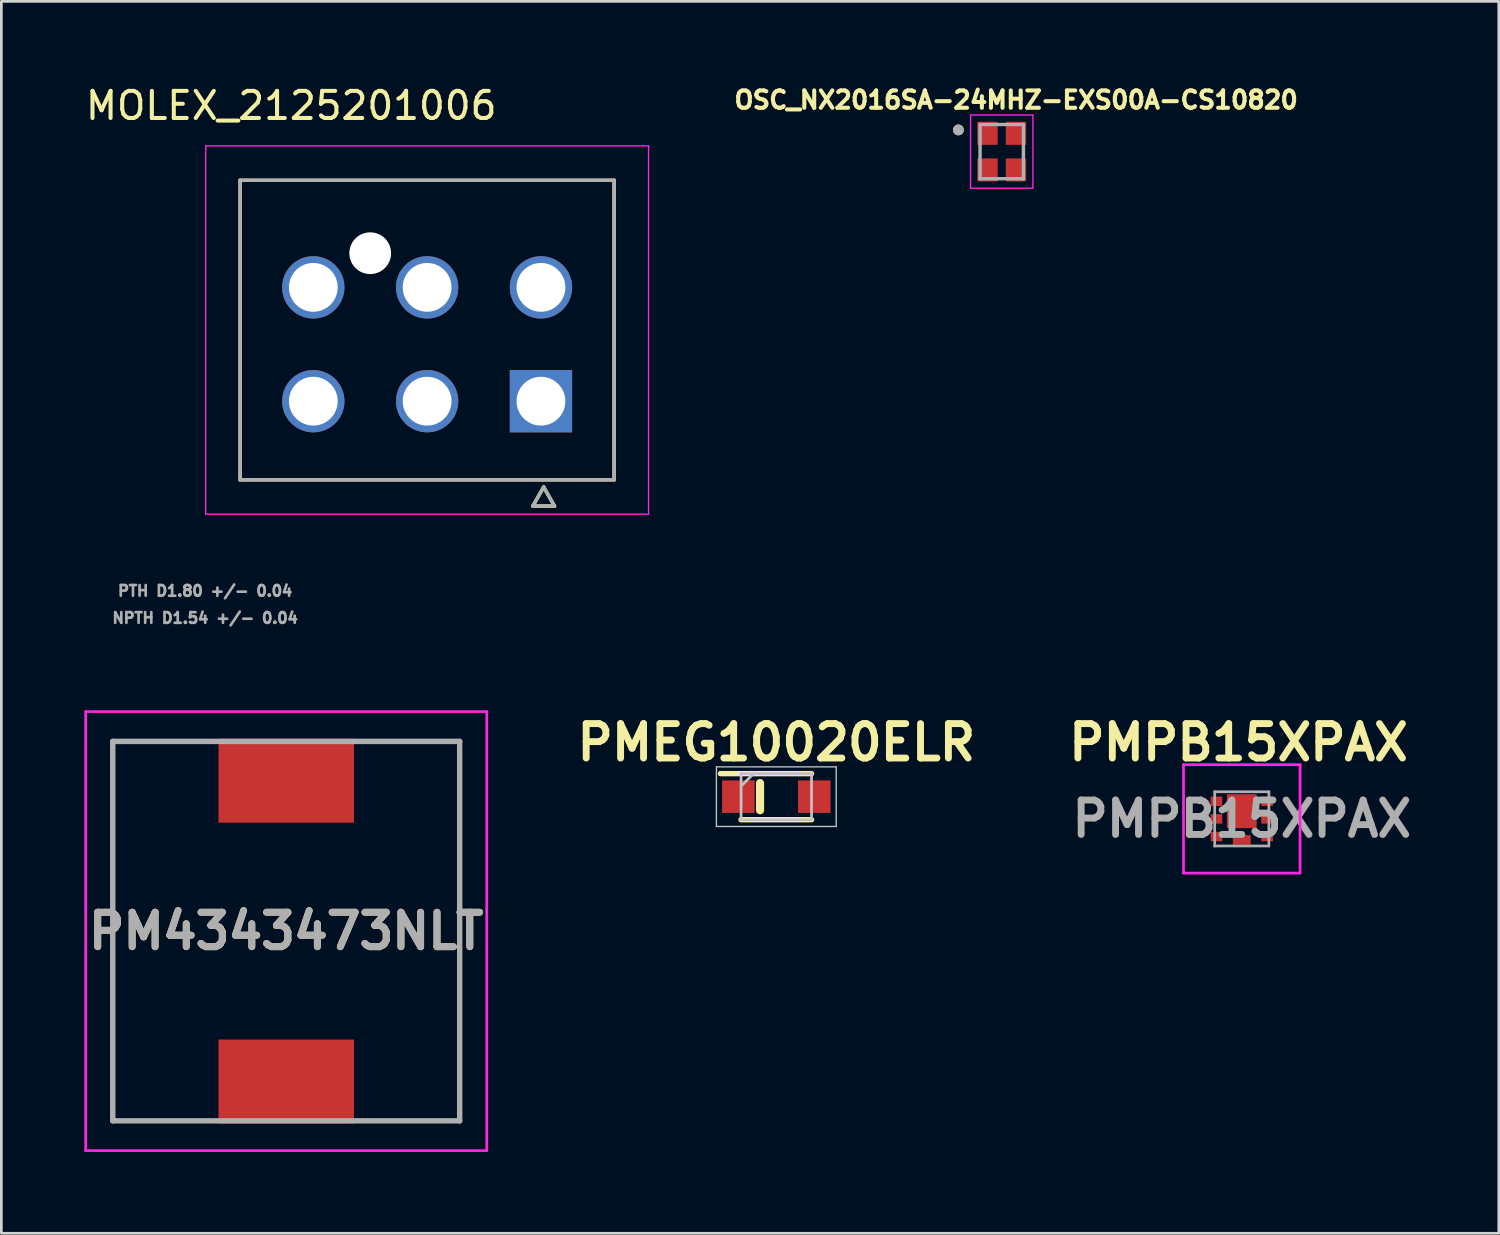
<source format=kicad_pcb>
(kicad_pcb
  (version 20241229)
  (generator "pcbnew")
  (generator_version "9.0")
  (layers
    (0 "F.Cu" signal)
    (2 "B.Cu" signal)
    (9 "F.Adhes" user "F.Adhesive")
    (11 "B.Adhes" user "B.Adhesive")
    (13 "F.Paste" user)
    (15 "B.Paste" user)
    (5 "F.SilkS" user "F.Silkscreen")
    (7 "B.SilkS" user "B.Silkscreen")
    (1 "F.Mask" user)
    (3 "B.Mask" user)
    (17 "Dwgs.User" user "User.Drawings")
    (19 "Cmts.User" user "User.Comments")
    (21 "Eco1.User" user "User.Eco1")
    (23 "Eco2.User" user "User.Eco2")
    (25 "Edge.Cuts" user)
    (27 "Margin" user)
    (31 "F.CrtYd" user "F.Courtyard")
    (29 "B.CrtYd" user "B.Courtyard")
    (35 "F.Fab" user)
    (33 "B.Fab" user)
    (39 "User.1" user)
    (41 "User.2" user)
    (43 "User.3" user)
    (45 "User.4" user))
  (footprint "OSC_NX2016SA-24MHZ-EXS00A-CS10820"
    (layer "F.Cu")
    (at 33.912 2.544)
    (property "Reference" "OSC_NX2016SA-24MHZ-EXS00A-CS10820" (at 0.532 -1.906 0) (layer "F.SilkS") (effects (font (size 0.64 0.64) (thickness 0.15))))
    (attr smd)
    (fp_circle (center -1.6 -0.8) (end -1.5 -0.8) (stroke (width 0.2) (type solid)) (fill no) (layer "F.SilkS"))
    (fp_line (start -1.15 -1.35) (end -1.15 1.35) (stroke (width 0.05) (type solid)) (layer "F.CrtYd"))
    (fp_line (start -1.15 1.35) (end 1.15 1.35) (stroke (width 0.05) (type solid)) (layer "F.CrtYd"))
    (fp_line (start 1.15 -1.35) (end -1.15 -1.35) (stroke (width 0.05) (type solid)) (layer "F.CrtYd"))
    (fp_line (start 1.15 1.35) (end 1.15 -1.35) (stroke (width 0.05) (type solid)) (layer "F.CrtYd"))
    (fp_line (start -0.8 -1) (end 0.8 -1) (stroke (width 0.127) (type solid)) (layer "F.Fab"))
    (fp_line (start -0.8 1) (end -0.8 -1) (stroke (width 0.127) (type solid)) (layer "F.Fab"))
    (fp_line (start 0.8 -1) (end 0.8 1) (stroke (width 0.127) (type solid)) (layer "F.Fab"))
    (fp_line (start 0.8 1) (end -0.8 1) (stroke (width 0.127) (type solid)) (layer "F.Fab"))
    (fp_circle (center -1.6 -0.8) (end -1.5 -0.8) (stroke (width 0.2) (type solid)) (fill no) (layer "F.Fab"))
    (pad "1" smd rect (at -0.525 -0.675) (size 0.75 0.85) (layers "F.Cu" "F.Mask" "F.Paste"))
    (pad "2" smd rect (at -0.525 0.675) (size 0.75 0.85) (layers "F.Cu" "F.Mask" "F.Paste"))
    (pad "3" smd rect (at 0.525 0.675) (size 0.75 0.85) (layers "F.Cu" "F.Mask" "F.Paste"))
    (pad "4" smd rect (at 0.525 -0.675) (size 0.75 0.85) (layers "F.Cu" "F.Mask" "F.Paste")))
  (footprint "PMPB15XPAX"
    (layer "F.Cu")
    (at 42.769 27.165)
    (property "Reference" "PMPB15XPAX" (at -0.12 -2.82 0) (layer "F.SilkS") (effects (font (size 1.27 1.27) (thickness 0.254))))
    (attr smd)
    (fp_line (start -1.6 -0.649) (end -1.6 -0.649) (stroke (width 0.1) (type solid)) (layer "F.SilkS"))
    (fp_line (start -1.5 -0.649) (end -1.5 -0.649) (stroke (width 0.1) (type solid)) (layer "F.SilkS"))
    (fp_arc (start -1.6 -0.649) (mid -1.55 -0.699) (end -1.5 -0.649) (stroke (width 0.1) (type solid)) (layer "F.SilkS"))
    (fp_arc (start -1.5 -0.649) (mid -1.55 -0.599) (end -1.6 -0.649) (stroke (width 0.1) (type solid)) (layer "F.SilkS"))
    (fp_line (start -2.15 -2) (end 2.15 -2) (stroke (width 0.1) (type solid)) (layer "F.CrtYd"))
    (fp_line (start -2.15 2) (end -2.15 -2) (stroke (width 0.1) (type solid)) (layer "F.CrtYd"))
    (fp_line (start 2.15 -2) (end 2.15 2) (stroke (width 0.1) (type solid)) (layer "F.CrtYd"))
    (fp_line (start 2.15 2) (end -2.15 2) (stroke (width 0.1) (type solid)) (layer "F.CrtYd"))
    (fp_line (start -1 -1) (end -1 1) (stroke (width 0.1) (type solid)) (layer "F.Fab"))
    (fp_line (start -1 1) (end 1 1) (stroke (width 0.1) (type solid)) (layer "F.Fab"))
    (fp_line (start 1 -1) (end -1 -1) (stroke (width 0.1) (type solid)) (layer "F.Fab"))
    (fp_line (start 1 1) (end 1 -1) (stroke (width 0.1) (type solid)) (layer "F.Fab"))
    (fp_text user "${REFERENCE}" (at 0 0 0) (layer "F.Fab") (effects (font (size 1.27 1.27) (thickness 0.254))))
    (pad "1" smd rect (at -0.935 -0.65 90) (size 0.35 0.43) (layers "F.Cu" "F.Mask" "F.Paste"))
    (pad "1" smd rect (at -0.935 0 90) (size 0.35 0.43) (layers "F.Cu" "F.Mask" "F.Paste"))
    (pad "1" smd rect (at 0 -0.285) (size 1.1 1.25) (layers "F.Cu" "F.Mask" "F.Paste"))
    (pad "1" smd rect (at 0.935 -0.65 90) (size 0.35 0.43) (layers "F.Cu" "F.Mask" "F.Paste"))
    (pad "1" smd rect (at 0.935 0 90) (size 0.35 0.43) (layers "F.Cu" "F.Mask" "F.Paste"))
    (pad "2" smd rect (at -0.935 0.65 90) (size 0.35 0.43) (layers "F.Cu" "F.Mask" "F.Paste"))
    (pad "3" smd rect (at 0 0.775 90) (size 0.35 0.66) (layers "F.Cu" "F.Mask" "F.Paste"))
    (pad "3" smd rect (at 0.935 0.65 90) (size 0.35 0.43) (layers "F.Cu" "F.Mask" "F.Paste")))
  (footprint "PM4343473NLT"
    (layer "F.Cu")
    (at 7.511 31.306)
    (property "Reference" "PM4343473NLT" (at 0 0 0) (layer "F.SilkS") (effects (font (size 1.27 1.27) (thickness 0.254))))
    (attr smd)
    (fp_line (start -6.4 -7) (end -6.4 7) (stroke (width 0.1) (type solid)) (layer "F.SilkS"))
    (fp_line (start -6.4 7) (end -3 7) (stroke (width 0.1) (type solid)) (layer "F.SilkS"))
    (fp_line (start -3 -7) (end -6.4 -7) (stroke (width 0.1) (type solid)) (layer "F.SilkS"))
    (fp_line (start 3 -7) (end 6.4 -7) (stroke (width 0.1) (type solid)) (layer "F.SilkS"))
    (fp_line (start 6.4 -7) (end 6.4 7) (stroke (width 0.1) (type solid)) (layer "F.SilkS"))
    (fp_line (start 6.4 7) (end 3 7) (stroke (width 0.1) (type solid)) (layer "F.SilkS"))
    (fp_line (start -7.4 -8.1) (end 7.4 -8.1) (stroke (width 0.1) (type solid)) (layer "F.CrtYd"))
    (fp_line (start -7.4 8.1) (end -7.4 -8.1) (stroke (width 0.1) (type solid)) (layer "F.CrtYd"))
    (fp_line (start 7.4 -8.1) (end 7.4 8.1) (stroke (width 0.1) (type solid)) (layer "F.CrtYd"))
    (fp_line (start 7.4 8.1) (end -7.4 8.1) (stroke (width 0.1) (type solid)) (layer "F.CrtYd"))
    (fp_line (start -6.4 -7) (end 6.4 -7) (stroke (width 0.2) (type solid)) (layer "F.Fab"))
    (fp_line (start -6.4 7) (end -6.4 -7) (stroke (width 0.2) (type solid)) (layer "F.Fab"))
    (fp_line (start 6.4 -7) (end 6.4 7) (stroke (width 0.2) (type solid)) (layer "F.Fab"))
    (fp_line (start 6.4 7) (end -6.4 7) (stroke (width 0.2) (type solid)) (layer "F.Fab"))
    (fp_text user "${REFERENCE}" (at 0 0 0) (layer "F.Fab") (effects (font (size 1.27 1.27) (thickness 0.254))))
    (pad "1" smd rect (at 0 5.55 90) (size 3.1 5) (layers "F.Cu" "F.Mask" "F.Paste"))
    (pad "2" smd rect (at 0 -5.55 90) (size 3.1 5) (layers "F.Cu" "F.Mask" "F.Paste")))
  (footprint "PMEG10020ELR"
    (layer "F.Cu")
    (at 25.594 26.345)
    (property "Reference" "PMEG10020ELR" (at 0 -2 0) (layer "F.SilkS") (effects (font (size 1.27 1.27) (thickness 0.254))))
    (attr smd)
    (fp_line (start -2.06 -0.85) (end 1.3 -0.85) (stroke (width 0.2) (type solid)) (layer "F.SilkS"))
    (fp_line (start -1.3 0.85) (end 1.3 0.85) (stroke (width 0.2) (type solid)) (layer "F.SilkS"))
    (fp_line (start -0.6 -0.5) (end -0.6 0.5) (stroke (width 0.3) (type default)) (layer "F.SilkS"))
    (fp_line (start -2.21 -1.1) (end 2.21 -1.1) (stroke (width 0.05) (type solid)) (layer "Dwgs.User"))
    (fp_line (start -2.21 1.1) (end -2.21 -1.1) (stroke (width 0.05) (type solid)) (layer "Dwgs.User"))
    (fp_line (start -1.3 -0.85) (end 1.3 -0.85) (stroke (width 0.1) (type solid)) (layer "Dwgs.User"))
    (fp_line (start -1.3 -0.39) (end -0.84 -0.85) (stroke (width 0.1) (type solid)) (layer "Dwgs.User"))
    (fp_line (start -1.3 0.85) (end -1.3 -0.85) (stroke (width 0.1) (type solid)) (layer "Dwgs.User"))
    (fp_line (start 1.3 -0.85) (end 1.3 0.85) (stroke (width 0.1) (type solid)) (layer "Dwgs.User"))
    (fp_line (start 1.3 0.85) (end -1.3 0.85) (stroke (width 0.1) (type solid)) (layer "Dwgs.User"))
    (fp_line (start 2.21 -1.1) (end 2.21 1.1) (stroke (width 0.05) (type solid)) (layer "Dwgs.User"))
    (fp_line (start 2.21 1.1) (end -2.21 1.1) (stroke (width 0.05) (type solid)) (layer "Dwgs.User"))
    (pad "1" smd rect (at -1.4 0) (size 1.2 1.2) (layers "F.Cu" "F.Mask" "F.Paste"))
    (pad "2" smd rect (at 1.4 0) (size 1.2 1.2) (layers "F.Cu" "F.Mask" "F.Paste")))
  (footprint "MOLEX_2125201006"
    (layer "F.Cu")
    (at 16.91 11.753)
    (property "Reference" "MOLEX_2125201006" (at -9.214 -10.905 0) (layer "F.SilkS") (effects (font (size 1 1) (thickness 0.15))))
    (attr through_hole)
    (fp_circle (center -8.4 -4.2) (end -7.787 -4.2) (stroke (width 1.226) (type solid)) (fill no) (layer "F.Mask"))
    (fp_circle (center -8.4 0) (end -7.787 0) (stroke (width 1.226) (type solid)) (fill no) (layer "F.Mask"))
    (fp_circle (center -6.3 -5.46) (end -5.877 -5.46) (stroke (width 0.846) (type solid)) (fill no) (layer "F.Mask"))
    (fp_circle (center -4.2 -4.2) (end -3.587 -4.2) (stroke (width 1.226) (type solid)) (fill no) (layer "F.Mask"))
    (fp_circle (center -4.2 0) (end -3.587 0) (stroke (width 1.226) (type solid)) (fill no) (layer "F.Mask"))
    (fp_circle (center 0 -4.2) (end 0.613 -4.2) (stroke (width 1.226) (type solid)) (fill no) (layer "F.Mask"))
    (fp_poly (pts (xy -1.226 -1.226) (xy 1.226 -1.226) (xy 1.226 1.226) (xy -1.226 1.226)) (stroke (width 0.01) (type solid)) (fill yes) (layer "F.Mask"))
    (fp_circle (center -8.4 -4.2) (end -7.787 -4.2) (stroke (width 1.226) (type solid)) (fill no) (layer "B.Mask"))
    (fp_circle (center -8.4 0) (end -7.787 0) (stroke (width 1.226) (type solid)) (fill no) (layer "B.Mask"))
    (fp_circle (center -6.3 -5.46) (end -5.877 -5.46) (stroke (width 0.846) (type solid)) (fill no) (layer "B.Mask"))
    (fp_circle (center -4.2 -4.2) (end -3.587 -4.2) (stroke (width 1.226) (type solid)) (fill no) (layer "B.Mask"))
    (fp_circle (center -4.2 0) (end -3.587 0) (stroke (width 1.226) (type solid)) (fill no) (layer "B.Mask"))
    (fp_circle (center 0 -4.2) (end 0.613 -4.2) (stroke (width 1.226) (type solid)) (fill no) (layer "B.Mask"))
    (fp_poly (pts (xy -1.226 -1.226) (xy 1.226 -1.226) (xy 1.226 1.226) (xy -1.226 1.226)) (stroke (width 0.01) (type solid)) (fill yes) (layer "B.Mask"))
    (fp_line (start -11.1 2.9) (end -11.1 -8.15) (stroke (width 0.127) (type solid)) (layer "F.SilkS"))
    (fp_line (start -0.3 3.87) (end 0.5 3.87) (stroke (width 0.127) (type solid)) (layer "F.SilkS"))
    (fp_line (start 0.1 3.17) (end -0.3 3.87) (stroke (width 0.127) (type solid)) (layer "F.SilkS"))
    (fp_line (start 0.5 3.87) (end 0.1 3.17) (stroke (width 0.127) (type solid)) (layer "F.SilkS"))
    (fp_line (start 2.7 -8.15) (end -11.1 -8.15) (stroke (width 0.127) (type solid)) (layer "F.SilkS"))
    (fp_line (start 2.7 -8.15) (end 2.7 2.9) (stroke (width 0.127) (type solid)) (layer "F.SilkS"))
    (fp_line (start 2.7 2.9) (end -11.1 2.9) (stroke (width 0.127) (type solid)) (layer "F.SilkS"))
    (fp_line (start -12.37 -9.42) (end 3.97 -9.42) (stroke (width 0.05) (type solid)) (layer "F.CrtYd"))
    (fp_line (start -12.37 4.17) (end -12.37 -9.42) (stroke (width 0.05) (type solid)) (layer "F.CrtYd"))
    (fp_line (start 3.97 -9.42) (end 3.97 4.17) (stroke (width 0.05) (type solid)) (layer "F.CrtYd"))
    (fp_line (start 3.97 4.17) (end -12.37 4.17) (stroke (width 0.05) (type solid)) (layer "F.CrtYd"))
    (fp_line (start -11.1 -8.15) (end 2.7 -8.15) (stroke (width 0.127) (type solid)) (layer "F.Fab"))
    (fp_line (start -11.1 2.9) (end -11.1 -8.15) (stroke (width 0.127) (type solid)) (layer "F.Fab"))
    (fp_line (start -0.3 3.87) (end 0.5 3.87) (stroke (width 0.127) (type solid)) (layer "F.Fab"))
    (fp_line (start 0.1 3.17) (end -0.3 3.87) (stroke (width 0.127) (type solid)) (layer "F.Fab"))
    (fp_line (start 0.5 3.87) (end 0.1 3.17) (stroke (width 0.127) (type solid)) (layer "F.Fab"))
    (fp_line (start 2.7 -8.15) (end 2.7 2.9) (stroke (width 0.127) (type solid)) (layer "F.Fab"))
    (fp_line (start 2.7 2.9) (end -11.1 2.9) (stroke (width 0.127) (type solid)) (layer "F.Fab"))
    (fp_text user "NPTH D1.54 +/- 0.04" (at -12.389 8 0) (layer "F.Fab") (effects (font (size 0.394 0.394) (thickness 0.15))))
    (fp_text user "PTH D1.80 +/- 0.04" (at -12.389 7 0) (layer "F.Fab") (effects (font (size 0.394 0.394) (thickness 0.15))))
    (pad "" np_thru_hole circle (at -6.3 -5.46) (size 1.54 1.54) (drill 1.54) (layers "*.Cu" "*.Mask"))
    (pad "1" thru_hole rect (at 0 0) (size 2.3 2.3) (drill 1.8) (layers "*.Cu"))
    (pad "2" thru_hole circle (at -4.2 0) (size 2.3 2.3) (drill 1.8) (layers "*.Cu"))
    (pad "3" thru_hole circle (at -8.4 0) (size 2.3 2.3) (drill 1.8) (layers "*.Cu"))
    (pad "4" thru_hole circle (at 0 -4.2) (size 2.3 2.3) (drill 1.8) (layers "*.Cu"))
    (pad "5" thru_hole circle (at -4.2 -4.2) (size 2.3 2.3) (drill 1.8) (layers "*.Cu"))
    (pad "6" thru_hole circle (at -8.4 -4.2) (size 2.3 2.3) (drill 1.8) (layers "*.Cu")))
  (gr_rect
    (start -3 -3)
    (end 52.252 42.456)
    (stroke (width 0.1) (type default))
    (fill no)
    (layer "Edge.Cuts")))
</source>
